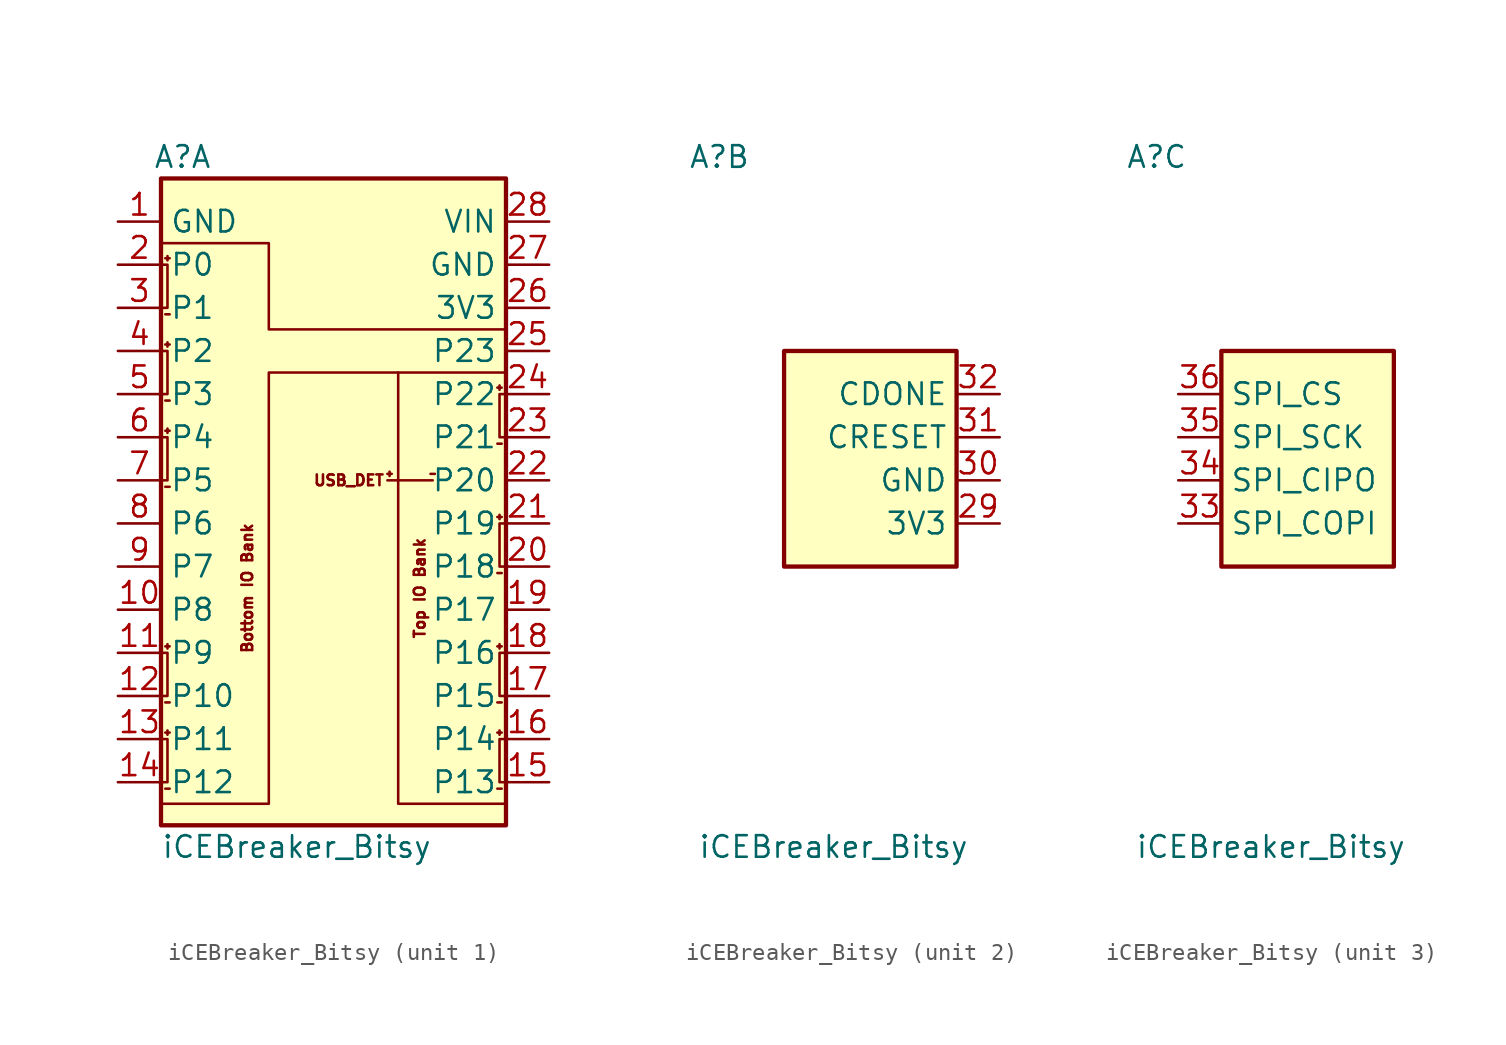
<source format=kicad_sym>
(kicad_symbol_lib
  (version 20211014)
  (generator kicad_symbol_editor)
  (symbol "iCEBreaker_Bitsy"
    (property "Reference" "A"
      (at -8.89 19.05 0)
      (effects (font (size 1.27 1.27))))
    (property "Value" "iCEBreaker_Bitsy"
      (at -10.16 -21.59 0)
      (effects (font (size 1.27 1.27)) (justify left)))
    (property "ki_locked" ""
      (at 0 0 0)
      (effects (font (size 1.27 1.27))))
    (symbol "iCEBreaker_Bitsy_1_0"
      (polyline (pts (xy 3.175 0.381) (xy 3.429 0.381)) (stroke (width 0) (type default) (color 0 0 0 0)) (fill (type none)))
      (polyline (pts (xy 3.302 0.508) (xy 3.302 0.254)) (stroke (width 0) (type default) (color 0 0 0 0)) (fill (type none)))
      (polyline (pts (xy 5.715 0.381) (xy 5.969 0.381)) (stroke (width 0) (type default) (color 0 0 0 0)) (fill (type none)))
      (polyline (pts (xy 9.652 2.159) (xy 9.906 2.159)) (stroke (width 0) (type default) (color 0 0 0 0)) (fill (type none)))
      (polyline (pts (xy 9.652 5.461) (xy 9.906 5.461)) (stroke (width 0) (type default) (color 0 0 0 0)) (fill (type none)))
      (polyline (pts (xy 9.779 5.334) (xy 9.779 5.588)) (stroke (width 0) (type default) (color 0 0 0 0)) (fill (type none)))
      (polyline (pts (xy 10.16 -19.05) (xy 3.81 -19.05) (xy 3.81 6.35)) (stroke (width 0) (type default) (color 0 0 0 0)) (fill (type none)))
      (polyline (pts (xy -10.16 13.97) (xy -3.81 13.97) (xy -3.81 8.89) (xy 10.16 8.89)) (stroke (width 0) (type default) (color 0 0 0 0)) (fill (type none)))
      (polyline (pts (xy 10.16 2.54) (xy 9.779 2.54) (xy 9.779 5.08) (xy 10.16 5.08)) (stroke (width 0) (type default) (color 0 0 0 0)) (fill (type none)))
      (polyline (pts (xy 10.16 6.35) (xy -3.81 6.35) (xy -3.81 -19.05) (xy -10.16 -19.05)) (stroke (width 0) (type default) (color 0 0 0 0)) (fill (type none)))
      (text "Bottom IO Bank" (at -5.08 -6.35 900) (effects (font (size 0.635 0.635))))
      (text "Top IO Bank" (at 5.08 -6.35 900) (effects (font (size 0.635 0.635))))
      (text "USB_DET" (at 3.048 0 0) (effects (font (size 0.635 0.635)) (justify right))))
    (symbol "iCEBreaker_Bitsy_1_1"
      (rectangle (start -10.16 17.78) (end 10.16 -20.32) (stroke (width 0.254) (type default) (color 0 0 0 0)) (fill (type background)))
      (polyline (pts (xy -9.906 -18.161) (xy -9.652 -18.161)) (stroke (width 0) (type default) (color 0 0 0 0)) (fill (type none)))
      (polyline (pts (xy -9.906 -14.859) (xy -9.652 -14.859)) (stroke (width 0) (type default) (color 0 0 0 0)) (fill (type none)))
      (polyline (pts (xy -9.906 -13.081) (xy -9.652 -13.081)) (stroke (width 0) (type default) (color 0 0 0 0)) (fill (type none)))
      (polyline (pts (xy -9.906 -9.779) (xy -9.652 -9.779)) (stroke (width 0) (type default) (color 0 0 0 0)) (fill (type none)))
      (polyline (pts (xy -9.906 -0.381) (xy -9.652 -0.381)) (stroke (width 0) (type default) (color 0 0 0 0)) (fill (type none)))
      (polyline (pts (xy -9.906 2.921) (xy -9.652 2.921)) (stroke (width 0) (type default) (color 0 0 0 0)) (fill (type none)))
      (polyline (pts (xy -9.906 4.699) (xy -9.652 4.699)) (stroke (width 0) (type default) (color 0 0 0 0)) (fill (type none)))
      (polyline (pts (xy -9.906 8.001) (xy -9.652 8.001)) (stroke (width 0) (type default) (color 0 0 0 0)) (fill (type none)))
      (polyline (pts (xy -9.906 9.779) (xy -9.652 9.779)) (stroke (width 0) (type default) (color 0 0 0 0)) (fill (type none)))
      (polyline (pts (xy -9.906 13.081) (xy -9.652 13.081)) (stroke (width 0) (type default) (color 0 0 0 0)) (fill (type none)))
      (polyline (pts (xy -9.779 -14.986) (xy -9.779 -14.732)) (stroke (width 0) (type default) (color 0 0 0 0)) (fill (type none)))
      (polyline (pts (xy -9.779 -9.906) (xy -9.779 -9.652)) (stroke (width 0) (type default) (color 0 0 0 0)) (fill (type none)))
      (polyline (pts (xy -9.779 2.794) (xy -9.779 3.048)) (stroke (width 0) (type default) (color 0 0 0 0)) (fill (type none)))
      (polyline (pts (xy -9.779 7.874) (xy -9.779 8.128)) (stroke (width 0) (type default) (color 0 0 0 0)) (fill (type none)))
      (polyline (pts (xy -9.779 13.208) (xy -9.779 12.954)) (stroke (width 0) (type default) (color 0 0 0 0)) (fill (type none)))
      (polyline (pts (xy 5.842 0) (xy 3.175 0)) (stroke (width 0) (type default) (color 0 0 0 0)) (fill (type none)))
      (polyline (pts (xy 9.652 -18.161) (xy 9.906 -18.161)) (stroke (width 0) (type default) (color 0 0 0 0)) (fill (type none)))
      (polyline (pts (xy 9.652 -14.859) (xy 9.906 -14.859)) (stroke (width 0) (type default) (color 0 0 0 0)) (fill (type none)))
      (polyline (pts (xy 9.652 -13.081) (xy 9.906 -13.081)) (stroke (width 0) (type default) (color 0 0 0 0)) (fill (type none)))
      (polyline (pts (xy 9.652 -9.779) (xy 9.906 -9.779)) (stroke (width 0) (type default) (color 0 0 0 0)) (fill (type none)))
      (polyline (pts (xy 9.652 -5.461) (xy 9.906 -5.461)) (stroke (width 0) (type default) (color 0 0 0 0)) (fill (type none)))
      (polyline (pts (xy 9.652 -2.159) (xy 9.906 -2.159)) (stroke (width 0) (type default) (color 0 0 0 0)) (fill (type none)))
      (polyline (pts (xy 9.779 -14.986) (xy 9.779 -14.732)) (stroke (width 0) (type default) (color 0 0 0 0)) (fill (type none)))
      (polyline (pts (xy 9.779 -9.906) (xy 9.779 -9.652)) (stroke (width 0) (type default) (color 0 0 0 0)) (fill (type none)))
      (polyline (pts (xy 9.779 -2.286) (xy 9.779 -2.032)) (stroke (width 0) (type default) (color 0 0 0 0)) (fill (type none)))
      (polyline (pts (xy -10.16 -15.24) (xy -9.779 -15.24) (xy -9.779 -17.78) (xy -10.16 -17.78)) (stroke (width 0) (type default) (color 0 0 0 0)) (fill (type none)))
      (polyline (pts (xy -10.16 -10.16) (xy -9.779 -10.16) (xy -9.779 -12.7) (xy -10.16 -12.7)) (stroke (width 0) (type default) (color 0 0 0 0)) (fill (type none)))
      (polyline (pts (xy -10.16 2.54) (xy -9.779 2.54) (xy -9.779 0) (xy -10.16 0)) (stroke (width 0) (type default) (color 0 0 0 0)) (fill (type none)))
      (polyline (pts (xy -10.16 7.62) (xy -9.779 7.62) (xy -9.779 5.08) (xy -10.16 5.08)) (stroke (width 0) (type default) (color 0 0 0 0)) (fill (type none)))
      (polyline (pts (xy -10.16 12.7) (xy -9.779 12.7) (xy -9.779 10.16) (xy -10.16 10.16)) (stroke (width 0) (type default) (color 0 0 0 0)) (fill (type none)))
      (polyline (pts (xy 10.16 -17.78) (xy 9.779 -17.78) (xy 9.779 -15.24) (xy 10.16 -15.24)) (stroke (width 0) (type default) (color 0 0 0 0)) (fill (type none)))
      (polyline (pts (xy 10.16 -12.7) (xy 9.779 -12.7) (xy 9.779 -10.16) (xy 10.16 -10.16)) (stroke (width 0) (type default) (color 0 0 0 0)) (fill (type none)))
      (polyline (pts (xy 10.16 -5.08) (xy 9.779 -5.08) (xy 9.779 -2.54) (xy 10.16 -2.54)) (stroke (width 0) (type default) (color 0 0 0 0)) (fill (type none)))
      (pin power_out line (at -12.7 15.24 0) (length 2.54) (name "GND" (effects (font (size 1.27 1.27)))) (number "1" (effects (font (size 1.27 1.27)))))
      (pin bidirectional line (at -12.7 -7.62 0) (length 2.54) (name "P8" (effects (font (size 1.27 1.27)))) (number "10" (effects (font (size 1.27 1.27)))))
      (pin bidirectional line (at -12.7 -10.16 0) (length 2.54) (name "P9" (effects (font (size 1.27 1.27)))) (number "11" (effects (font (size 1.27 1.27)))))
      (pin bidirectional line (at -12.7 -12.7 0) (length 2.54) (name "P10" (effects (font (size 1.27 1.27)))) (number "12" (effects (font (size 1.27 1.27)))))
      (pin bidirectional line (at -12.7 -15.24 0) (length 2.54) (name "P11" (effects (font (size 1.27 1.27)))) (number "13" (effects (font (size 1.27 1.27)))))
      (pin bidirectional line (at -12.7 -17.78 0) (length 2.54) (name "P12" (effects (font (size 1.27 1.27)))) (number "14" (effects (font (size 1.27 1.27)))))
      (pin bidirectional line (at 12.7 -17.78 180) (length 2.54) (name "P13" (effects (font (size 1.27 1.27)))) (number "15" (effects (font (size 1.27 1.27)))))
      (pin bidirectional line (at 12.7 -15.24 180) (length 2.54) (name "P14" (effects (font (size 1.27 1.27)))) (number "16" (effects (font (size 1.27 1.27)))))
      (pin bidirectional line (at 12.7 -12.7 180) (length 2.54) (name "P15" (effects (font (size 1.27 1.27)))) (number "17" (effects (font (size 1.27 1.27)))))
      (pin bidirectional line (at 12.7 -10.16 180) (length 2.54) (name "P16" (effects (font (size 1.27 1.27)))) (number "18" (effects (font (size 1.27 1.27)))))
      (pin bidirectional line (at 12.7 -7.62 180) (length 2.54) (name "P17" (effects (font (size 1.27 1.27)))) (number "19" (effects (font (size 1.27 1.27)))))
      (pin bidirectional line (at -12.7 12.7 0) (length 2.54) (name "P0" (effects (font (size 1.27 1.27)))) (number "2" (effects (font (size 1.27 1.27)))))
      (pin bidirectional line (at 12.7 -5.08 180) (length 2.54) (name "P18" (effects (font (size 1.27 1.27)))) (number "20" (effects (font (size 1.27 1.27)))))
      (pin bidirectional line (at 12.7 -2.54 180) (length 2.54) (name "P19" (effects (font (size 1.27 1.27)))) (number "21" (effects (font (size 1.27 1.27)))))
      (pin bidirectional line (at 12.7 0 180) (length 2.54) (name "P20" (effects (font (size 1.27 1.27)))) (number "22" (effects (font (size 1.27 1.27)))))
      (pin bidirectional line (at 12.7 2.54 180) (length 2.54) (name "P21" (effects (font (size 1.27 1.27)))) (number "23" (effects (font (size 1.27 1.27)))))
      (pin bidirectional line (at 12.7 5.08 180) (length 2.54) (name "P22" (effects (font (size 1.27 1.27)))) (number "24" (effects (font (size 1.27 1.27)))))
      (pin bidirectional line (at 12.7 7.62 180) (length 2.54) (name "P23" (effects (font (size 1.27 1.27)))) (number "25" (effects (font (size 1.27 1.27)))))
      (pin power_out line (at 12.7 10.16 180) (length 2.54) (name "3V3" (effects (font (size 1.27 1.27)))) (number "26" (effects (font (size 1.27 1.27)))))
      (pin power_out line (at 12.7 12.7 180) (length 2.54) (name "GND" (effects (font (size 1.27 1.27)))) (number "27" (effects (font (size 1.27 1.27)))))
      (pin power_in line (at 12.7 15.24 180) (length 2.54) (name "VIN" (effects (font (size 1.27 1.27)))) (number "28" (effects (font (size 1.27 1.27)))))
      (pin bidirectional line (at -12.7 10.16 0) (length 2.54) (name "P1" (effects (font (size 1.27 1.27)))) (number "3" (effects (font (size 1.27 1.27)))))
      (pin bidirectional line (at -12.7 7.62 0) (length 2.54) (name "P2" (effects (font (size 1.27 1.27)))) (number "4" (effects (font (size 1.27 1.27)))))
      (pin bidirectional line (at -12.7 5.08 0) (length 2.54) (name "P3" (effects (font (size 1.27 1.27)))) (number "5" (effects (font (size 1.27 1.27)))))
      (pin bidirectional line (at -12.7 2.54 0) (length 2.54) (name "P4" (effects (font (size 1.27 1.27)))) (number "6" (effects (font (size 1.27 1.27)))))
      (pin bidirectional line (at -12.7 0 0) (length 2.54) (name "P5" (effects (font (size 1.27 1.27)))) (number "7" (effects (font (size 1.27 1.27)))))
      (pin bidirectional line (at -12.7 -2.54 0) (length 2.54) (name "P6" (effects (font (size 1.27 1.27)))) (number "8" (effects (font (size 1.27 1.27)))))
      (pin bidirectional line (at -12.7 -5.08 0) (length 2.54) (name "P7" (effects (font (size 1.27 1.27)))) (number "9" (effects (font (size 1.27 1.27))))))
    (symbol "iCEBreaker_Bitsy_2_1"
      (rectangle (start -5.08 7.62) (end 5.08 -5.08) (stroke (width 0.254) (type default) (color 0 0 0 0)) (fill (type background)))
      (pin power_out line (at 7.62 -2.54 180) (length 2.54) (name "3V3" (effects (font (size 1.27 1.27)))) (number "29" (effects (font (size 1.27 1.27)))))
      (pin power_out line (at 7.62 0 180) (length 2.54) (name "GND" (effects (font (size 1.27 1.27)))) (number "30" (effects (font (size 1.27 1.27)))))
      (pin input line (at 7.62 2.54 180) (length 2.54) (name "CRESET" (effects (font (size 1.27 1.27)))) (number "31" (effects (font (size 1.27 1.27)))))
      (pin output line (at 7.62 5.08 180) (length 2.54) (name "CDONE" (effects (font (size 1.27 1.27)))) (number "32" (effects (font (size 1.27 1.27))))))
    (symbol "iCEBreaker_Bitsy_3_1"
      (rectangle (start -5.08 7.62) (end 5.08 -5.08) (stroke (width 0.254) (type default) (color 0 0 0 0)) (fill (type background)))
      (pin bidirectional line (at -7.62 -2.54 0) (length 2.54) (name "SPI_COPI" (effects (font (size 1.27 1.27)))) (number "33" (effects (font (size 1.27 1.27)))))
      (pin bidirectional line (at -7.62 0 0) (length 2.54) (name "SPI_CIPO" (effects (font (size 1.27 1.27)))) (number "34" (effects (font (size 1.27 1.27)))))
      (pin bidirectional line (at -7.62 2.54 0) (length 2.54) (name "SPI_SCK" (effects (font (size 1.27 1.27)))) (number "35" (effects (font (size 1.27 1.27)))))
      (pin bidirectional line (at -7.62 5.08 0) (length 2.54) (name "SPI_CS" (effects (font (size 1.27 1.27)))) (number "36" (effects (font (size 1.27 1.27))))))))
</source>
